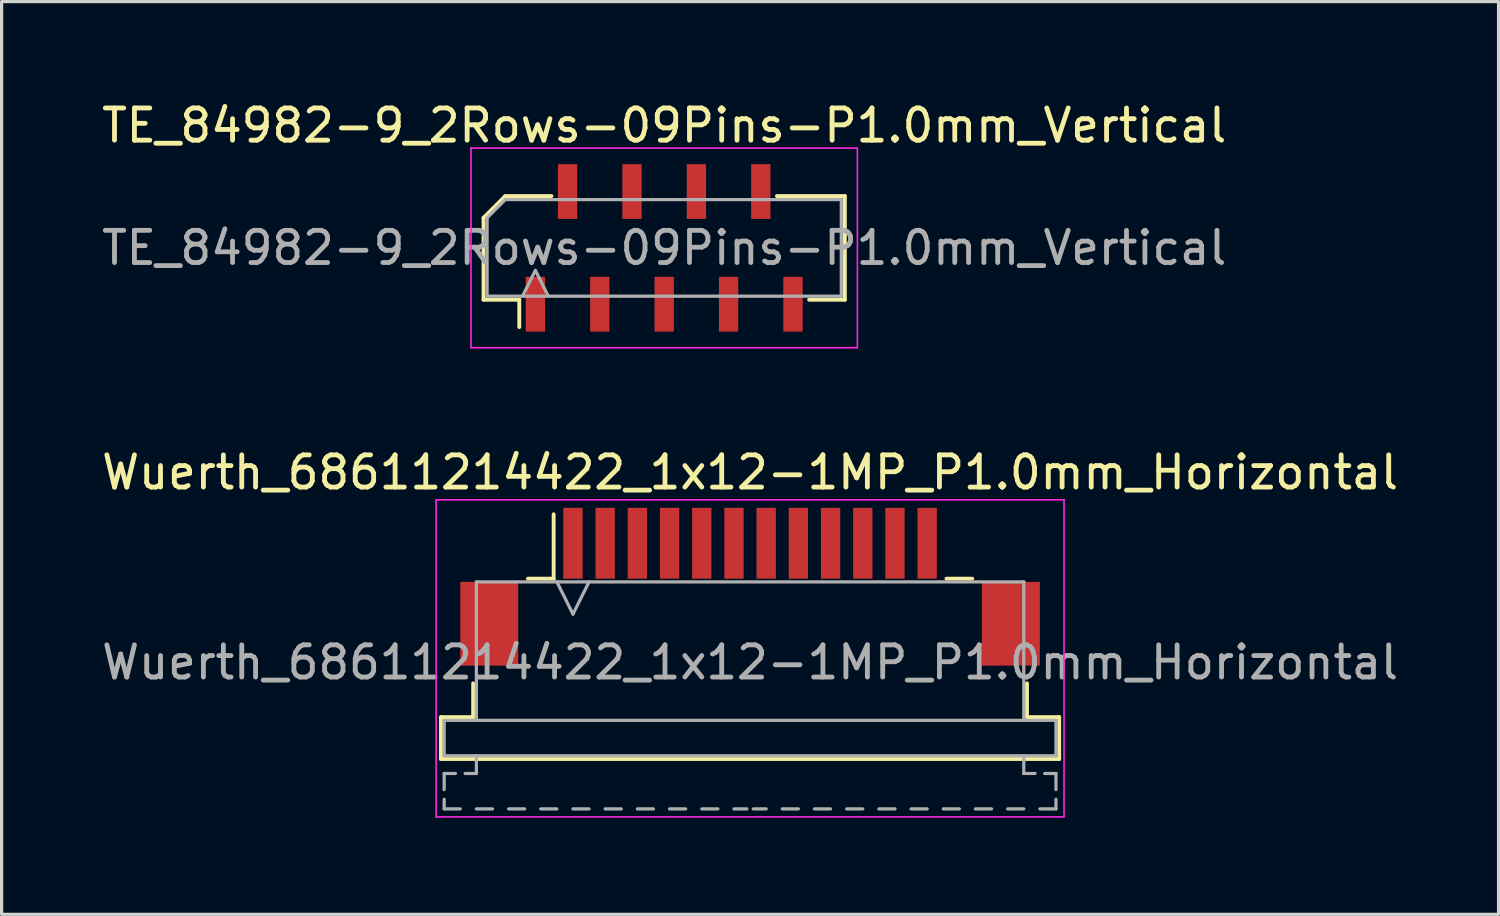
<source format=kicad_pcb>
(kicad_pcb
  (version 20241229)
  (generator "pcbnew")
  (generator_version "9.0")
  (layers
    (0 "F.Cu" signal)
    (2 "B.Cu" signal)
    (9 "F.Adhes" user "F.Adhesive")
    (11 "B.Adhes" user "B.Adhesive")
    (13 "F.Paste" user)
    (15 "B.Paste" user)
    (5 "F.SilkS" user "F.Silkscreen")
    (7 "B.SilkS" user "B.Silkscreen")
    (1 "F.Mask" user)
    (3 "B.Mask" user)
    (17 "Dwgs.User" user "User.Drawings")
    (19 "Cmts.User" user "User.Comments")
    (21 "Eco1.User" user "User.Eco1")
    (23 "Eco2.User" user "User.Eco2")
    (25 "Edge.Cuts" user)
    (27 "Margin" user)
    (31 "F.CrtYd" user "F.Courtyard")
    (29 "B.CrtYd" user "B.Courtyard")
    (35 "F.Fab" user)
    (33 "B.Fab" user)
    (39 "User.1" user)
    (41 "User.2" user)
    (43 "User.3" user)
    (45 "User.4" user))
  (footprint "Wuerth_68611214422_1x12-1MP_P1.0mm_Horizontal"
    (layer "F.Cu")
    (at 20.244 15.171)
    (property "Reference" "Wuerth_68611214422_1x12-1MP_P1.0mm_Horizontal" (at 0 -3.55 0) (layer "F.SilkS") (effects (font (size 1 1) (thickness 0.15))))
    (attr smd)
    (fp_line (start -9.6 4.05) (end -8.6 4.05) (stroke (width 0.12) (type solid)) (layer "F.SilkS"))
    (fp_line (start -9.6 5.35) (end -9.6 4.05) (stroke (width 0.12) (type solid)) (layer "F.SilkS"))
    (fp_line (start -8.6 4.05) (end -8.6 3) (stroke (width 0.12) (type solid)) (layer "F.SilkS"))
    (fp_line (start -6.9 -0.25) (end -6.1 -0.25) (stroke (width 0.12) (type solid)) (layer "F.SilkS"))
    (fp_line (start -6.1 -0.25) (end -6.1 -2.25) (stroke (width 0.12) (type solid)) (layer "F.SilkS"))
    (fp_line (start 6.1 -0.25) (end 6.9 -0.25) (stroke (width 0.12) (type solid)) (layer "F.SilkS"))
    (fp_line (start 8.6 3) (end 8.6 4.05) (stroke (width 0.12) (type solid)) (layer "F.SilkS"))
    (fp_line (start 8.6 4.05) (end 9.6 4.05) (stroke (width 0.12) (type solid)) (layer "F.SilkS"))
    (fp_line (start 9.6 4.05) (end 9.6 5.35) (stroke (width 0.12) (type solid)) (layer "F.SilkS"))
    (fp_line (start 9.6 5.35) (end -9.6 5.35) (stroke (width 0.12) (type solid)) (layer "F.SilkS"))
    (fp_line (start -9.75 -2.7) (end -9.75 7.15) (stroke (width 0.05) (type solid)) (layer "F.CrtYd"))
    (fp_line (start -9.75 7.15) (end 9.75 7.15) (stroke (width 0.05) (type solid)) (layer "F.CrtYd"))
    (fp_line (start 9.75 -2.7) (end -9.75 -2.7) (stroke (width 0.05) (type solid)) (layer "F.CrtYd"))
    (fp_line (start 9.75 7.15) (end 9.75 -2.7) (stroke (width 0.05) (type solid)) (layer "F.CrtYd"))
    (fp_line (start -9.5 4.15) (end 9.5 4.15) (stroke (width 0.1) (type solid)) (layer "F.Fab"))
    (fp_line (start -9.5 5.25) (end -9.5 4.16) (stroke (width 0.1) (type solid)) (layer "F.Fab"))
    (fp_line (start -9.5 5.8) (end -9.15 5.8) (stroke (width 0.1) (type solid)) (layer "F.Fab"))
    (fp_line (start -9.5 6.3) (end -9.5 5.8) (stroke (width 0.1) (type solid)) (layer "F.Fab"))
    (fp_line (start -9.5 6.9) (end -9.5 6.6) (stroke (width 0.1) (type solid)) (layer "F.Fab"))
    (fp_line (start -9 6.9) (end -9.5 6.9) (stroke (width 0.1) (type solid)) (layer "F.Fab"))
    (fp_line (start -8.85 5.8) (end -8.5 5.8) (stroke (width 0.1) (type solid)) (layer "F.Fab"))
    (fp_line (start -8.5 -0.15) (end 8.5 -0.15) (stroke (width 0.1) (type solid)) (layer "F.Fab"))
    (fp_line (start -8.5 4.15) (end -8.5 -0.15) (stroke (width 0.1) (type solid)) (layer "F.Fab"))
    (fp_line (start -8.5 5.8) (end -8.5 5.25) (stroke (width 0.1) (type solid)) (layer "F.Fab"))
    (fp_line (start -8 6.9) (end -8.5 6.9) (stroke (width 0.1) (type solid)) (layer "F.Fab"))
    (fp_line (start -7 6.9) (end -7.5 6.9) (stroke (width 0.1) (type solid)) (layer "F.Fab"))
    (fp_line (start -6 -0.15) (end -5.5 0.85) (stroke (width 0.1) (type solid)) (layer "F.Fab"))
    (fp_line (start -6 6.9) (end -6.5 6.9) (stroke (width 0.1) (type solid)) (layer "F.Fab"))
    (fp_line (start -5.5 0.85) (end -5 -0.15) (stroke (width 0.1) (type solid)) (layer "F.Fab"))
    (fp_line (start -5 6.9) (end -5.5 6.9) (stroke (width 0.1) (type solid)) (layer "F.Fab"))
    (fp_line (start -4 6.9) (end -4.5 6.9) (stroke (width 0.1) (type solid)) (layer "F.Fab"))
    (fp_line (start -3 6.9) (end -3.5 6.9) (stroke (width 0.1) (type solid)) (layer "F.Fab"))
    (fp_line (start -2 6.9) (end -2.5 6.9) (stroke (width 0.1) (type solid)) (layer "F.Fab"))
    (fp_line (start -1 6.9) (end -1.5 6.9) (stroke (width 0.1) (type solid)) (layer "F.Fab"))
    (fp_line (start -0.1 6.9) (end -0.5 6.9) (stroke (width 0.1) (type solid)) (layer "F.Fab"))
    (fp_line (start 0.1 6.9) (end 0.5 6.9) (stroke (width 0.1) (type solid)) (layer "F.Fab"))
    (fp_line (start 1 6.9) (end 1.5 6.9) (stroke (width 0.1) (type solid)) (layer "F.Fab"))
    (fp_line (start 2 6.9) (end 2.5 6.9) (stroke (width 0.1) (type solid)) (layer "F.Fab"))
    (fp_line (start 3 6.9) (end 3.5 6.9) (stroke (width 0.1) (type solid)) (layer "F.Fab"))
    (fp_line (start 4 6.9) (end 4.5 6.9) (stroke (width 0.1) (type solid)) (layer "F.Fab"))
    (fp_line (start 5 6.9) (end 5.5 6.9) (stroke (width 0.1) (type solid)) (layer "F.Fab"))
    (fp_line (start 6 6.9) (end 6.5 6.9) (stroke (width 0.1) (type solid)) (layer "F.Fab"))
    (fp_line (start 7 6.9) (end 7.5 6.9) (stroke (width 0.1) (type solid)) (layer "F.Fab"))
    (fp_line (start 8 6.9) (end 8.5 6.9) (stroke (width 0.1) (type solid)) (layer "F.Fab"))
    (fp_line (start 8.5 -0.15) (end 8.5 4.15) (stroke (width 0.1) (type solid)) (layer "F.Fab"))
    (fp_line (start 8.5 5.25) (end 8.5 5.8) (stroke (width 0.1) (type solid)) (layer "F.Fab"))
    (fp_line (start 8.85 5.8) (end 8.5 5.8) (stroke (width 0.1) (type solid)) (layer "F.Fab"))
    (fp_line (start 9 6.9) (end 9.5 6.9) (stroke (width 0.1) (type solid)) (layer "F.Fab"))
    (fp_line (start 9.15 5.8) (end 9.5 5.8) (stroke (width 0.1) (type solid)) (layer "F.Fab"))
    (fp_line (start 9.5 4.16) (end 9.5 5.25) (stroke (width 0.1) (type solid)) (layer "F.Fab"))
    (fp_line (start 9.5 5.25) (end -9.5 5.25) (stroke (width 0.1) (type solid)) (layer "F.Fab"))
    (fp_line (start 9.5 5.8) (end 9.5 6.3) (stroke (width 0.1) (type solid)) (layer "F.Fab"))
    (fp_line (start 9.5 6.6) (end 9.5 6.9) (stroke (width 0.1) (type solid)) (layer "F.Fab"))
    (fp_text user "${REFERENCE}" (at 0 2.35 0) (layer "F.Fab") (effects (font (size 1 1) (thickness 0.15))))
    (pad "1" smd rect (at -5.5 -1.35) (size 0.6 2.2) (layers "F.Cu" "F.Mask" "F.Paste"))
    (pad "2" smd rect (at -4.5 -1.35) (size 0.6 2.2) (layers "F.Cu" "F.Mask" "F.Paste"))
    (pad "3" smd rect (at -3.5 -1.35) (size 0.6 2.2) (layers "F.Cu" "F.Mask" "F.Paste"))
    (pad "4" smd rect (at -2.5 -1.35) (size 0.6 2.2) (layers "F.Cu" "F.Mask" "F.Paste"))
    (pad "5" smd rect (at -1.5 -1.35) (size 0.6 2.2) (layers "F.Cu" "F.Mask" "F.Paste"))
    (pad "6" smd rect (at -0.5 -1.35) (size 0.6 2.2) (layers "F.Cu" "F.Mask" "F.Paste"))
    (pad "7" smd rect (at 0.5 -1.35) (size 0.6 2.2) (layers "F.Cu" "F.Mask" "F.Paste"))
    (pad "8" smd rect (at 1.5 -1.35) (size 0.6 2.2) (layers "F.Cu" "F.Mask" "F.Paste"))
    (pad "9" smd rect (at 2.5 -1.35) (size 0.6 2.2) (layers "F.Cu" "F.Mask" "F.Paste"))
    (pad "10" smd rect (at 3.5 -1.35) (size 0.6 2.2) (layers "F.Cu" "F.Mask" "F.Paste"))
    (pad "11" smd rect (at 4.5 -1.35) (size 0.6 2.2) (layers "F.Cu" "F.Mask" "F.Paste"))
    (pad "12" smd rect (at 5.5 -1.35) (size 0.6 2.2) (layers "F.Cu" "F.Mask" "F.Paste"))
    (pad "MP" smd rect (at -8.1 1.15) (size 1.8 2.6) (layers "F.Cu" "F.Mask" "F.Paste"))
    (pad "MP" smd rect (at 8.1 1.15) (size 1.8 2.6) (layers "F.Cu" "F.Mask" "F.Paste")))
  (footprint "TE_84982-9_2Rows-09Pins-P1.0mm_Vertical"
    (layer "F.Cu")
    (at 17.577 4.648)
    (property "Reference" "TE_84982-9_2Rows-09Pins-P1.0mm_Vertical" (at 0 -3.8 0) (layer "F.SilkS") (effects (font (size 1 1) (thickness 0.15))))
    (attr smd)
    (fp_line (start -5.61 -0.934) (end -5.61 1.61) (stroke (width 0.12) (type solid)) (layer "F.SilkS"))
    (fp_line (start -5.61 1.61) (end -4.5 1.61) (stroke (width 0.12) (type solid)) (layer "F.SilkS"))
    (fp_line (start -4.934 -1.61) (end -5.61 -0.934) (stroke (width 0.12) (type solid)) (layer "F.SilkS"))
    (fp_line (start -4.5 1.61) (end -4.5 2.46) (stroke (width 0.12) (type solid)) (layer "F.SilkS"))
    (fp_line (start -3.5 -1.61) (end -4.934 -1.61) (stroke (width 0.12) (type solid)) (layer "F.SilkS"))
    (fp_line (start 4.5 1.61) (end 5.61 1.61) (stroke (width 0.12) (type solid)) (layer "F.SilkS"))
    (fp_line (start 5.61 -1.61) (end 3.5 -1.61) (stroke (width 0.12) (type solid)) (layer "F.SilkS"))
    (fp_line (start 5.61 1.61) (end 5.61 -1.61) (stroke (width 0.12) (type solid)) (layer "F.SilkS"))
    (fp_line (start -6 -3.1) (end 6 -3.1) (stroke (width 0.05) (type solid)) (layer "F.CrtYd"))
    (fp_line (start -6 3.1) (end -6 -3.1) (stroke (width 0.05) (type solid)) (layer "F.CrtYd"))
    (fp_line (start 6 -3.1) (end 6 3.1) (stroke (width 0.05) (type solid)) (layer "F.CrtYd"))
    (fp_line (start 6 3.1) (end -6 3.1) (stroke (width 0.05) (type solid)) (layer "F.CrtYd"))
    (fp_line (start -5.5 -0.934) (end -5.5 1.5) (stroke (width 0.1) (type solid)) (layer "F.Fab"))
    (fp_line (start -5.5 1.5) (end 5.5 1.5) (stroke (width 0.1) (type solid)) (layer "F.Fab"))
    (fp_line (start -4.934 -1.5) (end -5.5 -0.934) (stroke (width 0.1) (type solid)) (layer "F.Fab"))
    (fp_line (start -4.4 1.5) (end -4 0.7) (stroke (width 0.1) (type solid)) (layer "F.Fab"))
    (fp_line (start -4 0.7) (end -3.6 1.5) (stroke (width 0.1) (type solid)) (layer "F.Fab"))
    (fp_line (start 5.5 -1.5) (end -4.934 -1.5) (stroke (width 0.1) (type solid)) (layer "F.Fab"))
    (fp_line (start 5.5 1.5) (end 5.5 -1.5) (stroke (width 0.1) (type solid)) (layer "F.Fab"))
    (fp_text user "${REFERENCE}" (at 0 0 0) (layer "F.Fab") (effects (font (size 1 1) (thickness 0.15))))
    (pad "1" smd rect (at -4 1.75) (size 0.6 1.7) (layers "F.Cu" "F.Mask" "F.Paste"))
    (pad "2" smd rect (at -3 -1.75) (size 0.6 1.7) (layers "F.Cu" "F.Mask" "F.Paste"))
    (pad "3" smd rect (at -2 1.75) (size 0.6 1.7) (layers "F.Cu" "F.Mask" "F.Paste"))
    (pad "4" smd rect (at -1 -1.75) (size 0.6 1.7) (layers "F.Cu" "F.Mask" "F.Paste"))
    (pad "5" smd rect (at 0 1.75) (size 0.6 1.7) (layers "F.Cu" "F.Mask" "F.Paste"))
    (pad "6" smd rect (at 1 -1.75) (size 0.6 1.7) (layers "F.Cu" "F.Mask" "F.Paste"))
    (pad "7" smd rect (at 2 1.75) (size 0.6 1.7) (layers "F.Cu" "F.Mask" "F.Paste"))
    (pad "8" smd rect (at 3 -1.75) (size 0.6 1.7) (layers "F.Cu" "F.Mask" "F.Paste"))
    (pad "9" smd rect (at 4 1.75) (size 0.6 1.7) (layers "F.Cu" "F.Mask" "F.Paste")))
  (gr_rect
    (start -3 -3)
    (end 43.488 25.346)
    (stroke (width 0.1) (type default))
    (fill no)
    (layer "Edge.Cuts")))
</source>
